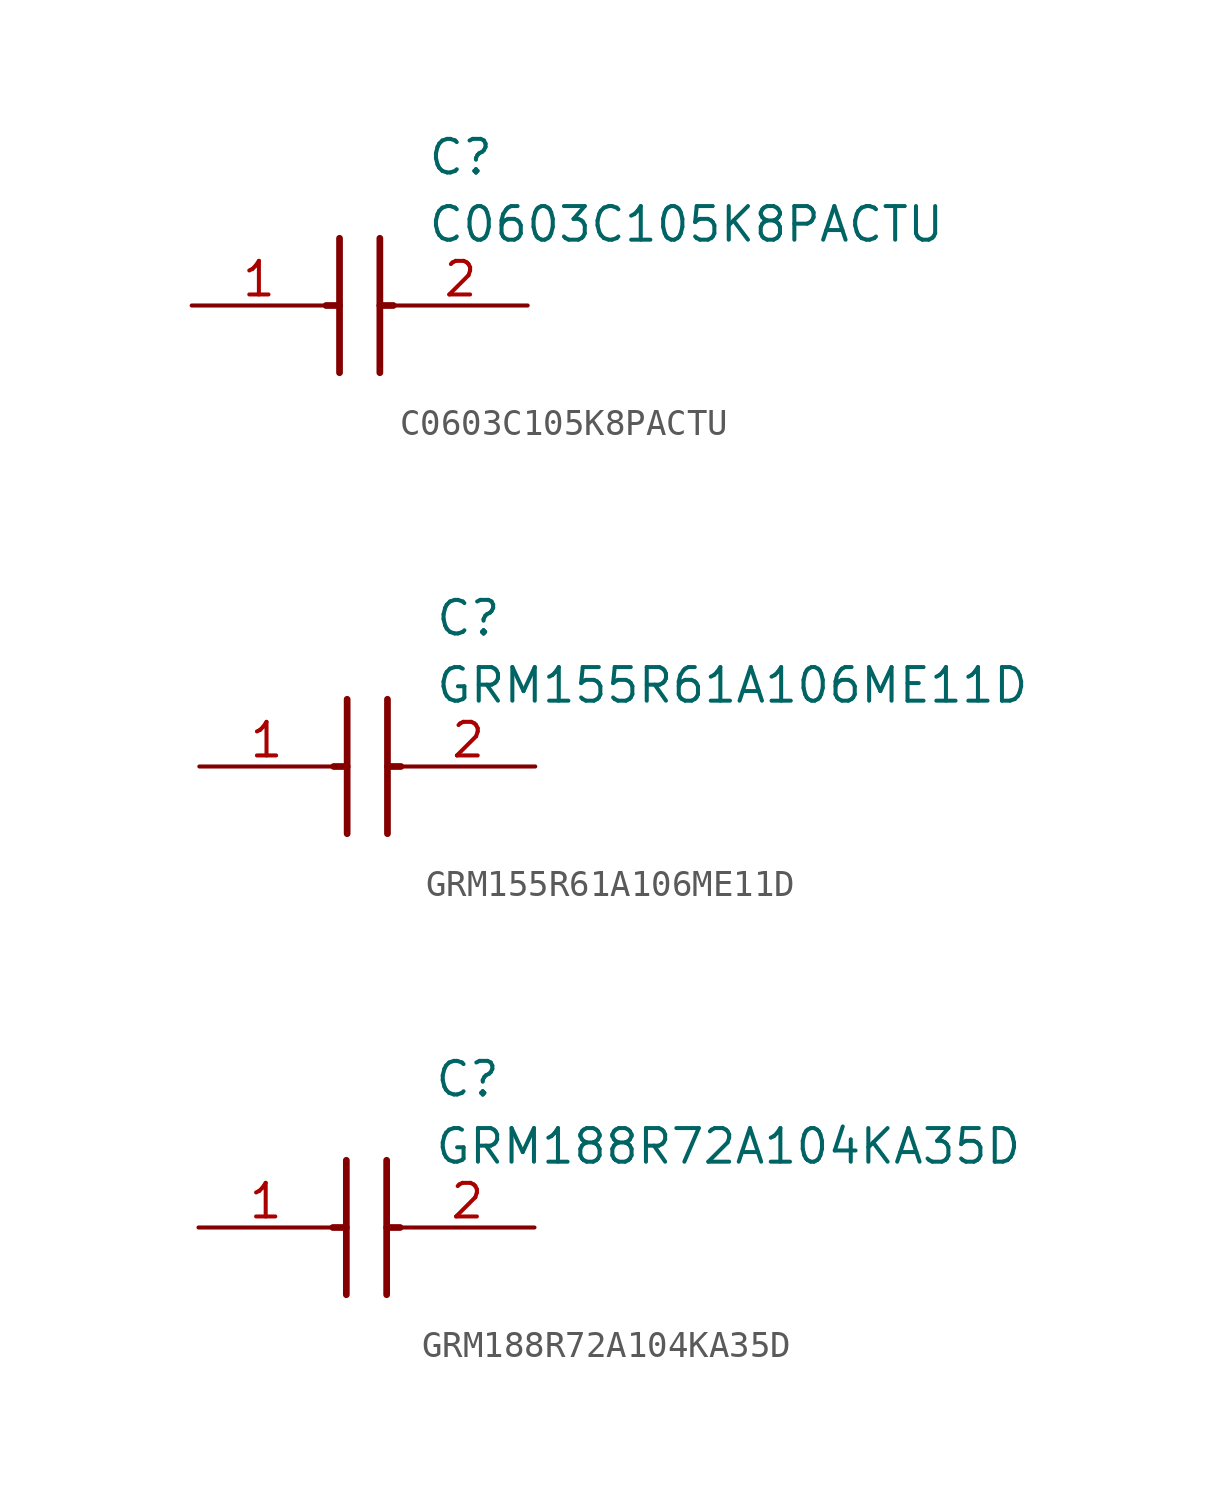
<source format=kicad_sym>
(kicad_symbol_lib
  (version 20241209)
  (generator "kicad_symbol_editor")
  (generator_version "9.0")
  (symbol "C0603C105K8PACTU"
    (pin_names
      (hide yes))
    (property "Reference" "C"
      (at 8.89 6.35 0)
      (effects (font (size 1.27 1.27)) (justify left top)))
    (property "Value" "C0603C105K8PACTU"
      (at 8.89 3.81 0)
      (effects (font (size 1.27 1.27)) (justify left top)))
    (symbol "C0603C105K8PACTU_1_1"
      (polyline (pts (xy 5.08 0) (xy 5.588 0)) (stroke (width 0.254) (type default)) (fill (type none)))
      (polyline (pts (xy 5.588 2.54) (xy 5.588 -2.54)) (stroke (width 0.254) (type default)) (fill (type none)))
      (polyline (pts (xy 7.112 2.54) (xy 7.112 -2.54)) (stroke (width 0.254) (type default)) (fill (type none)))
      (polyline (pts (xy 7.112 0) (xy 7.62 0)) (stroke (width 0.254) (type default)) (fill (type none)))
      (pin passive line (at 0 0 0) (length 5.08) (name "1" (effects (font (size 1.27 1.27)))) (number "1" (effects (font (size 1.27 1.27)))))
      (pin passive line (at 12.7 0 180) (length 5.08) (name "2" (effects (font (size 1.27 1.27)))) (number "2" (effects (font (size 1.27 1.27)))))))
  (symbol "GRM155R61A106ME11D"
    (pin_names
      (hide yes))
    (property "Reference" "C"
      (at 8.89 6.35 0)
      (effects (font (size 1.27 1.27)) (justify left top)))
    (property "Value" "GRM155R61A106ME11D"
      (at 8.89 3.81 0)
      (effects (font (size 1.27 1.27)) (justify left top)))
    (symbol "GRM155R61A106ME11D_1_1"
      (polyline (pts (xy 5.08 0) (xy 5.588 0)) (stroke (width 0.254) (type default)) (fill (type none)))
      (polyline (pts (xy 5.588 2.54) (xy 5.588 -2.54)) (stroke (width 0.254) (type default)) (fill (type none)))
      (polyline (pts (xy 7.112 2.54) (xy 7.112 -2.54)) (stroke (width 0.254) (type default)) (fill (type none)))
      (polyline (pts (xy 7.112 0) (xy 7.62 0)) (stroke (width 0.254) (type default)) (fill (type none)))
      (pin passive line (at 0 0 0) (length 5.08) (name "1" (effects (font (size 1.27 1.27)))) (number "1" (effects (font (size 1.27 1.27)))))
      (pin passive line (at 12.7 0 180) (length 5.08) (name "2" (effects (font (size 1.27 1.27)))) (number "2" (effects (font (size 1.27 1.27)))))))
  (symbol "GRM188R72A104KA35D"
    (pin_names
      (hide yes))
    (property "Reference" "C"
      (at 8.89 6.35 0)
      (effects (font (size 1.27 1.27)) (justify left top)))
    (property "Value" "GRM188R72A104KA35D"
      (at 8.89 3.81 0)
      (effects (font (size 1.27 1.27)) (justify left top)))
    (symbol "GRM188R72A104KA35D_1_1"
      (polyline (pts (xy 5.08 0) (xy 5.588 0)) (stroke (width 0.254) (type default)) (fill (type none)))
      (polyline (pts (xy 5.588 2.54) (xy 5.588 -2.54)) (stroke (width 0.254) (type default)) (fill (type none)))
      (polyline (pts (xy 7.112 2.54) (xy 7.112 -2.54)) (stroke (width 0.254) (type default)) (fill (type none)))
      (polyline (pts (xy 7.112 0) (xy 7.62 0)) (stroke (width 0.254) (type default)) (fill (type none)))
      (pin passive line (at 0 0 0) (length 5.08) (name "1" (effects (font (size 1.27 1.27)))) (number "1" (effects (font (size 1.27 1.27)))))
      (pin passive line (at 12.7 0 180) (length 5.08) (name "2" (effects (font (size 1.27 1.27)))) (number "2" (effects (font (size 1.27 1.27))))))))
</source>
